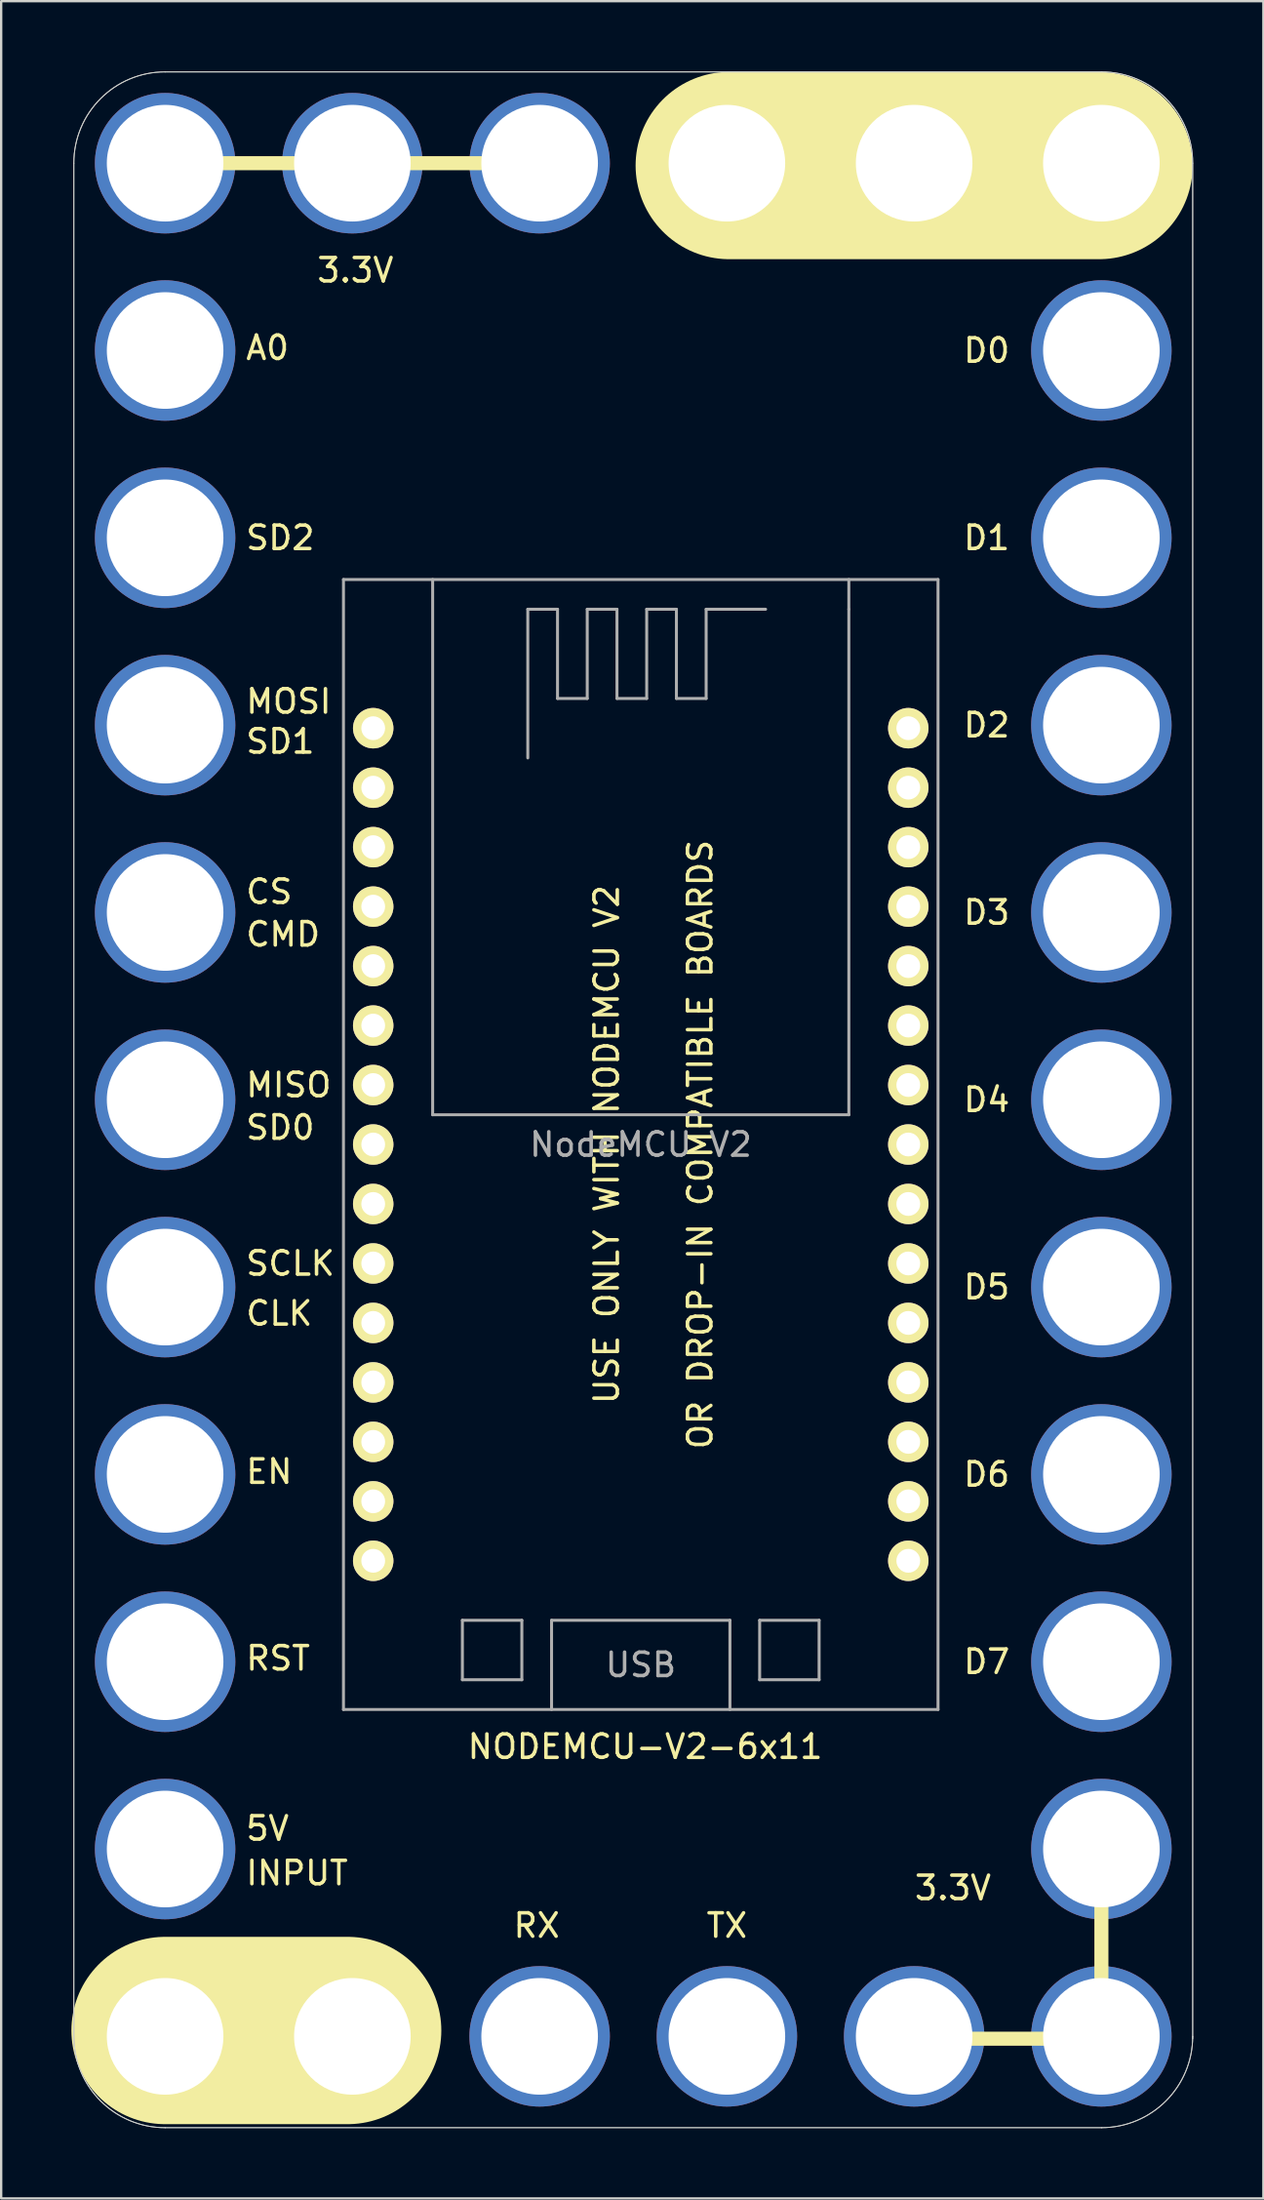
<source format=kicad_pcb>
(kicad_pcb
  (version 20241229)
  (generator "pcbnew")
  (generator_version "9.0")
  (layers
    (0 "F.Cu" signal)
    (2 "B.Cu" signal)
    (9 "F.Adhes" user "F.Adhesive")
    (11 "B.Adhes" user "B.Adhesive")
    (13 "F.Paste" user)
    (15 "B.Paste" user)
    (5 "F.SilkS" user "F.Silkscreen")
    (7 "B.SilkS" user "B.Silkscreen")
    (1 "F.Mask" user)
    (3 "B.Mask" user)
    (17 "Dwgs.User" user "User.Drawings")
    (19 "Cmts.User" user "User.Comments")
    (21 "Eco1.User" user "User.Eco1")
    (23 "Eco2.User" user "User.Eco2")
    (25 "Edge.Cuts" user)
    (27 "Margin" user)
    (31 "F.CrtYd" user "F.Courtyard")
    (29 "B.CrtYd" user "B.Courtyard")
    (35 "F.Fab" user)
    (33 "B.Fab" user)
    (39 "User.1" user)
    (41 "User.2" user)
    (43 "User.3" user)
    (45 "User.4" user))
  (footprint "NODEMCU-V2-6x11"
    (layer "F.Cu")
    (at 4.004 3.92)
    (property "Reference" "NODEMCU-V2-6x11" (at 20.508 67.628 0) (layer "F.SilkS") (effects (font (size 1 1) (thickness 0.15))))
    (attr through_hole)
    (fp_line (start -0.5 0) (end 16.3 0) (stroke (width 0.6) (type solid)) (layer "F.SilkS"))
    (fp_line (start 7.8 79.75) (end -0.004 79.75) (stroke (width 8) (type solid)) (layer "F.SilkS"))
    (fp_line (start 24.1 0.1) (end 39.9 0.1) (stroke (width 8) (type solid)) (layer "F.SilkS"))
    (fp_line (start 32 80.1) (end 39.9 80.1) (stroke (width 0.6) (type solid)) (layer "F.SilkS"))
    (fp_line (start 40 72.2) (end 40 80.1) (stroke (width 0.6) (type solid)) (layer "F.SilkS"))
    (fp_line (start -3.9 0) (end -3.9 80) (stroke (width 0.041) (type solid)) (layer "Edge.Cuts"))
    (fp_line (start 0 83.9) (end 40 83.9) (stroke (width 0.041) (type solid)) (layer "Edge.Cuts"))
    (fp_line (start 40 -3.9) (end 0 -3.9) (stroke (width 0.041) (type solid)) (layer "Edge.Cuts"))
    (fp_line (start 43.9 80.1) (end 43.9 0) (stroke (width 0.041) (type solid)) (layer "Edge.Cuts"))
    (fp_arc (start -3.9 0) (mid -2.757716 -2.757716) (end 0 -3.9) (stroke (width 0.04064) (type solid)) (layer "Edge.Cuts"))
    (fp_arc (start 0 83.9) (mid -2.755309 82.760122) (end -3.899994 80.006807) (stroke (width 0.04064) (type solid)) (layer "Edge.Cuts"))
    (fp_arc (start 40 -3.9) (mid 42.755309 -2.760122) (end 43.899994 -0.006807) (stroke (width 0.04064) (type solid)) (layer "Edge.Cuts"))
    (fp_arc (start 43.9 80) (mid 42.757716 82.757716) (end 40 83.9) (stroke (width 0.04064) (type solid)) (layer "Edge.Cuts"))
    (fp_line (start -3.9 0) (end -3.9 80) (stroke (width 0.041) (type solid)) (layer "F.Fab"))
    (fp_line (start 0 83.9) (end 40 83.9) (stroke (width 0.041) (type solid)) (layer "F.Fab"))
    (fp_line (start 7.62 17.78) (end 7.62 66.04) (stroke (width 0.127) (type solid)) (layer "F.Fab"))
    (fp_line (start 7.62 17.78) (end 33.02 17.78) (stroke (width 0.127) (type solid)) (layer "F.Fab"))
    (fp_line (start 7.62 66.04) (end 33.02 66.04) (stroke (width 0.127) (type solid)) (layer "F.Fab"))
    (fp_line (start 11.43 40.64) (end 11.43 17.78) (stroke (width 0.127) (type solid)) (layer "F.Fab"))
    (fp_line (start 11.43 40.64) (end 29.21 40.64) (stroke (width 0.127) (type solid)) (layer "F.Fab"))
    (fp_line (start 12.7 62.23) (end 12.7 64.77) (stroke (width 0.127) (type solid)) (layer "F.Fab"))
    (fp_line (start 12.7 64.77) (end 15.24 64.77) (stroke (width 0.127) (type solid)) (layer "F.Fab"))
    (fp_line (start 15.24 62.23) (end 12.7 62.23) (stroke (width 0.127) (type solid)) (layer "F.Fab"))
    (fp_line (start 15.24 64.77) (end 15.24 62.23) (stroke (width 0.127) (type solid)) (layer "F.Fab"))
    (fp_line (start 15.494 19.05) (end 16.764 19.05) (stroke (width 0.127) (type solid)) (layer "F.Fab"))
    (fp_line (start 15.494 25.4) (end 15.494 19.05) (stroke (width 0.127) (type solid)) (layer "F.Fab"))
    (fp_line (start 16.51 62.23) (end 24.13 62.23) (stroke (width 0.127) (type solid)) (layer "F.Fab"))
    (fp_line (start 16.51 66.04) (end 16.51 62.23) (stroke (width 0.127) (type solid)) (layer "F.Fab"))
    (fp_line (start 16.764 19.05) (end 16.764 22.86) (stroke (width 0.127) (type solid)) (layer "F.Fab"))
    (fp_line (start 16.764 22.86) (end 18.034 22.86) (stroke (width 0.127) (type solid)) (layer "F.Fab"))
    (fp_line (start 18.034 19.05) (end 19.304 19.05) (stroke (width 0.127) (type solid)) (layer "F.Fab"))
    (fp_line (start 18.034 22.86) (end 18.034 19.05) (stroke (width 0.127) (type solid)) (layer "F.Fab"))
    (fp_line (start 19.304 19.05) (end 19.304 22.86) (stroke (width 0.127) (type solid)) (layer "F.Fab"))
    (fp_line (start 19.304 22.86) (end 20.574 22.86) (stroke (width 0.127) (type solid)) (layer "F.Fab"))
    (fp_line (start 20.574 19.05) (end 21.844 19.05) (stroke (width 0.127) (type solid)) (layer "F.Fab"))
    (fp_line (start 20.574 22.86) (end 20.574 19.05) (stroke (width 0.127) (type solid)) (layer "F.Fab"))
    (fp_line (start 21.844 19.05) (end 21.844 22.86) (stroke (width 0.127) (type solid)) (layer "F.Fab"))
    (fp_line (start 21.844 22.86) (end 23.114 22.86) (stroke (width 0.127) (type solid)) (layer "F.Fab"))
    (fp_line (start 23.114 19.05) (end 24.384 19.05) (stroke (width 0.127) (type solid)) (layer "F.Fab"))
    (fp_line (start 23.114 22.86) (end 23.114 19.05) (stroke (width 0.127) (type solid)) (layer "F.Fab"))
    (fp_line (start 24.13 62.23) (end 24.13 66.04) (stroke (width 0.127) (type solid)) (layer "F.Fab"))
    (fp_line (start 24.384 19.05) (end 25.654 19.05) (stroke (width 0.127) (type solid)) (layer "F.Fab"))
    (fp_line (start 25.4 62.23) (end 25.4 64.77) (stroke (width 0.127) (type solid)) (layer "F.Fab"))
    (fp_line (start 25.4 64.77) (end 27.94 64.77) (stroke (width 0.127) (type solid)) (layer "F.Fab"))
    (fp_line (start 27.94 62.23) (end 25.4 62.23) (stroke (width 0.127) (type solid)) (layer "F.Fab"))
    (fp_line (start 27.94 64.77) (end 27.94 62.23) (stroke (width 0.127) (type solid)) (layer "F.Fab"))
    (fp_line (start 29.21 19.05) (end 29.21 17.78) (stroke (width 0.127) (type solid)) (layer "F.Fab"))
    (fp_line (start 29.21 40.64) (end 29.21 19.05) (stroke (width 0.127) (type solid)) (layer "F.Fab"))
    (fp_line (start 33.02 17.78) (end 33.02 66.04) (stroke (width 0.127) (type solid)) (layer "F.Fab"))
    (fp_line (start 40 -3.9) (end 0 -3.9) (stroke (width 0.041) (type solid)) (layer "F.Fab"))
    (fp_line (start 43.9 80) (end 43.9 0) (stroke (width 0.041) (type solid)) (layer "F.Fab"))
    (fp_arc (start -3.9 0) (mid -2.757716 -2.757716) (end 0 -3.9) (stroke (width 0.04064) (type solid)) (layer "F.Fab"))
    (fp_arc (start 0 83.9) (mid -2.755309 82.760122) (end -3.899994 80.006807) (stroke (width 0.04064) (type solid)) (layer "F.Fab"))
    (fp_arc (start 40 -3.9) (mid 42.755309 -2.760122) (end 43.899994 -0.006807) (stroke (width 0.04064) (type solid)) (layer "F.Fab"))
    (fp_arc (start 43.9 80) (mid 42.757716 82.757716) (end 40 83.9) (stroke (width 0.04064) (type solid)) (layer "F.Fab"))
    (fp_text user "SCLK" (at 5.35 46.99 0) (layer "F.SilkS") (effects (font (size 1 1) (thickness 0.15))))
    (fp_text user "RX" (at 15.871 75.267 0) (layer "F.SilkS") (effects (font (size 1 1) (thickness 0.15))))
    (fp_text user "RST" (at 4.826 63.854 0) (layer "F.SilkS") (effects (font (size 1 1) (thickness 0.15))))
    (fp_text user "CMD" (at 5.04 32.934 0) (layer "F.SilkS") (effects (font (size 1 1) (thickness 0.15))))
    (fp_text user "D0" (at 35.098 8 0) (layer "F.SilkS") (effects (font (size 1 1) (thickness 0.15))))
    (fp_text user "D4" (at 35.098 40 0) (layer "F.SilkS") (effects (font (size 1 1) (thickness 0.15))))
    (fp_text user "3.3V" (at 8.128 4.572 180) (layer "F.SilkS") (effects (font (size 1 1) (thickness 0.15))))
    (fp_text user "EN" (at 4.445 55.88 0) (layer "F.SilkS") (effects (font (size 1 1) (thickness 0.15))))
    (fp_text user "D7" (at 35.098 64 0) (layer "F.SilkS") (effects (font (size 1 1) (thickness 0.15))))
    (fp_text user "OR DROP-IN COMPATIBLE BOARDS" (at 22.86 41.91 270) (layer "F.SilkS") (effects (font (size 1 1) (thickness 0.15))))
    (fp_text user "D1" (at 35.098 16 0) (layer "F.SilkS") (effects (font (size 1 1) (thickness 0.15))))
    (fp_text user "D2" (at 35.098 24 0) (layer "F.SilkS") (effects (font (size 1 1) (thickness 0.15))))
    (fp_text user "SD2" (at 4.921 16 0) (layer "F.SilkS") (effects (font (size 1 1) (thickness 0.15))))
    (fp_text user "CS" (at 4.445 31.115 0) (layer "F.SilkS") (effects (font (size 1 1) (thickness 0.15))))
    (fp_text user "MOSI" (at 5.278 22.987 0) (layer "F.SilkS") (effects (font (size 1 1) (thickness 0.15))))
    (fp_text user "USE ONLY WITH NODEMCU V2" (at 18.863 41.91 90) (layer "F.SilkS") (effects (font (size 1 1) (thickness 0.15))))
    (fp_text user "SD1" (at 4.921 24.696 0) (layer "F.SilkS") (effects (font (size 1 1) (thickness 0.15))))
    (fp_text user "D3" (at 35.098 32 0) (layer "F.SilkS") (effects (font (size 1 1) (thickness 0.15))))
    (fp_text user "TX" (at 23.999 75.267 0) (layer "F.SilkS") (effects (font (size 1 1) (thickness 0.15))))
    (fp_text user "CLK" (at 4.874 49.124 0) (layer "F.SilkS") (effects (font (size 1 1) (thickness 0.15))))
    (fp_text user "A0" (at 4.374 7.884 0) (layer "F.SilkS") (effects (font (size 1 1) (thickness 0.15))))
    (fp_text user "5V" (at 4.374 71.12 0) (layer "F.SilkS") (effects (font (size 1 1) (thickness 0.15))))
    (fp_text user "3.3V" (at 33.655 73.66 0) (layer "F.SilkS") (effects (font (size 1 1) (thickness 0.15))))
    (fp_text user "D5" (at 35.098 48 0) (layer "F.SilkS") (effects (font (size 1 1) (thickness 0.15))))
    (fp_text user "SD0" (at 4.921 41.184 0) (layer "F.SilkS") (effects (font (size 1 1) (thickness 0.15))))
    (fp_text user "MISO" (at 5.278 39.37 0) (layer "F.SilkS") (effects (font (size 1 1) (thickness 0.15))))
    (fp_text user "INPUT" (at 5.635 73.025 0) (layer "F.SilkS") (effects (font (size 1 1) (thickness 0.15))))
    (fp_text user "D6" (at 35.098 56 0) (layer "F.SilkS") (effects (font (size 1 1) (thickness 0.15))))
    (fp_text user "USB" (at 20.32 64.135 0) (layer "F.Fab") (effects (font (size 1 1) (thickness 0.15))))
    (fp_text user "NodeMCU V2" (at 20.32 41.91 0) (layer "F.Fab") (effects (font (size 1 1) (thickness 0.15))))
    (pad "3V3" thru_hole circle (at 0 0 270) (size 6 6) (drill 4.98) (layers "*.Cu" "*.Mask"))
    (pad "3V3" thru_hole circle (at 8 0 270) (size 6 6) (drill 4.98) (layers "*.Cu" "*.Mask"))
    (pad "3V3" thru_hole circle (at 8.89 49.53 180) (size 1.727 1.727) (drill 1.016) (layers "*.Cu" "*.Mask" "F.SilkS"))
    (pad "3V3" thru_hole circle (at 16 0 270) (size 6 6) (drill 4.98) (layers "*.Cu" "*.Mask"))
    (pad "3V3" thru_hole circle (at 31.75 36.83 180) (size 1.727 1.727) (drill 1.016) (layers "*.Cu" "*.Mask" "F.SilkS"))
    (pad "3V3" thru_hole circle (at 31.75 59.69 180) (size 1.727 1.727) (drill 1.016) (layers "*.Cu" "*.Mask" "F.SilkS"))
    (pad "3V3" thru_hole circle (at 32 80 270) (size 6 6) (drill 4.98) (layers "*.Cu" "*.Mask"))
    (pad "3V3" thru_hole circle (at 39.999 80 270) (size 6 6) (drill 4.98) (layers "*.Cu" "*.Mask"))
    (pad "3V3" thru_hole circle (at 40 72 270) (size 6 6) (drill 4.98) (layers "*.Cu" "*.Mask"))
    (pad "A0" thru_hole circle (at 0 8 270) (size 6 6) (drill 4.98) (layers "*.Cu" "*.Mask"))
    (pad "A0" thru_hole circle (at 8.89 24.13 180) (size 1.727 1.727) (drill 1.016) (layers "*.Cu" "*.Mask" "F.SilkS"))
    (pad "CLK" thru_hole circle (at 0 48 270) (size 6 6) (drill 4.98) (layers "*.Cu" "*.Mask"))
    (pad "CLK" thru_hole circle (at 8.89 44.45 180) (size 1.727 1.727) (drill 1.016) (layers "*.Cu" "*.Mask" "F.SilkS"))
    (pad "CMD" thru_hole circle (at 0 32 270) (size 6 6) (drill 4.98) (layers "*.Cu" "*.Mask"))
    (pad "CMD" thru_hole circle (at 8.89 39.37 180) (size 1.727 1.727) (drill 1.016) (layers "*.Cu" "*.Mask" "F.SilkS"))
    (pad "D0" thru_hole circle (at 31.75 24.13 180) (size 1.727 1.727) (drill 1.016) (layers "*.Cu" "*.Mask" "F.SilkS"))
    (pad "D0" thru_hole circle (at 39.999 8 270) (size 6 6) (drill 4.98) (layers "*.Cu" "*.Mask"))
    (pad "D1" thru_hole circle (at 31.75 26.67 180) (size 1.727 1.727) (drill 1.016) (layers "*.Cu" "*.Mask" "F.SilkS"))
    (pad "D1" thru_hole circle (at 39.999 16 270) (size 6 6) (drill 4.98) (layers "*.Cu" "*.Mask"))
    (pad "D2" thru_hole circle (at 31.75 29.21 180) (size 1.727 1.727) (drill 1.016) (layers "*.Cu" "*.Mask" "F.SilkS"))
    (pad "D2" thru_hole circle (at 39.999 24 270) (size 6 6) (drill 4.98) (layers "*.Cu" "*.Mask"))
    (pad "D3" thru_hole circle (at 31.75 31.75 180) (size 1.727 1.727) (drill 1.016) (layers "*.Cu" "*.Mask" "F.SilkS"))
    (pad "D3" thru_hole circle (at 39.999 32 270) (size 6 6) (drill 4.98) (layers "*.Cu" "*.Mask"))
    (pad "D4" thru_hole circle (at 31.75 34.29 180) (size 1.727 1.727) (drill 1.016) (layers "*.Cu" "*.Mask" "F.SilkS"))
    (pad "D4" thru_hole circle (at 40 40 270) (size 6 6) (drill 4.98) (layers "*.Cu" "*.Mask"))
    (pad "D5" thru_hole circle (at 31.75 41.91 180) (size 1.727 1.727) (drill 1.016) (layers "*.Cu" "*.Mask" "F.SilkS"))
    (pad "D5" thru_hole circle (at 39.999 48 270) (size 6 6) (drill 4.98) (layers "*.Cu" "*.Mask"))
    (pad "D6" thru_hole circle (at 31.75 44.45 180) (size 1.727 1.727) (drill 1.016) (layers "*.Cu" "*.Mask" "F.SilkS"))
    (pad "D6" thru_hole circle (at 40 56 270) (size 6 6) (drill 4.98) (layers "*.Cu" "*.Mask"))
    (pad "D7" thru_hole circle (at 31.75 46.99 180) (size 1.727 1.727) (drill 1.016) (layers "*.Cu" "*.Mask" "F.SilkS"))
    (pad "D7" thru_hole circle (at 40 64 270) (size 6 6) (drill 4.98) (layers "*.Cu" "*.Mask"))
    (pad "D8" thru_hole circle (at 31.75 49.53 180) (size 1.727 1.727) (drill 1.016) (layers "*.Cu" "*.Mask" "F.SilkS"))
    (pad "EN" thru_hole circle (at 0 56 270) (size 6 6) (drill 4.98) (layers "*.Cu" "*.Mask"))
    (pad "EN" thru_hole circle (at 8.89 52.07 180) (size 1.727 1.727) (drill 1.016) (layers "*.Cu" "*.Mask" "F.SilkS"))
    (pad "GND" thru_hole circle (at 0 80 270) (size 6 6) (drill 4.98) (layers "*.Cu" "*.Mask"))
    (pad "GND" thru_hole circle (at 8 80 270) (size 6 6) (drill 4.98) (layers "*.Cu" "*.Mask"))
    (pad "GND" thru_hole circle (at 8.89 46.99 180) (size 1.727 1.727) (drill 1.016) (layers "*.Cu" "*.Mask" "F.SilkS"))
    (pad "GND" thru_hole circle (at 8.89 57.15 180) (size 1.727 1.727) (drill 1.016) (layers "*.Cu" "*.Mask" "F.SilkS"))
    (pad "GND" thru_hole circle (at 24 0 270) (size 6 6) (drill 4.98) (layers "*.Cu" "*.Mask"))
    (pad "GND" thru_hole circle (at 31.75 39.37 180) (size 1.727 1.727) (drill 1.016) (layers "*.Cu" "*.Mask" "F.SilkS"))
    (pad "GND" thru_hole circle (at 31.75 57.15 180) (size 1.727 1.727) (drill 1.016) (layers "*.Cu" "*.Mask" "F.SilkS"))
    (pad "GND" thru_hole circle (at 32 0 270) (size 6 6) (drill 4.98) (layers "*.Cu" "*.Mask"))
    (pad "GND" thru_hole circle (at 39.999 0 270) (size 6 6) (drill 4.98) (layers "*.Cu" "*.Mask"))
    (pad "RST" thru_hole circle (at 0 64 270) (size 6 6) (drill 4.98) (layers "*.Cu" "*.Mask"))
    (pad "RST" thru_hole circle (at 8.89 54.61 180) (size 1.727 1.727) (drill 1.016) (layers "*.Cu" "*.Mask" "F.SilkS"))
    (pad "RSV" thru_hole circle (at 8.89 26.67 180) (size 1.727 1.727) (drill 1.016) (layers "*.Cu" "*.Mask" "F.SilkS"))
    (pad "RSV" thru_hole circle (at 8.89 29.21 180) (size 1.727 1.727) (drill 1.016) (layers "*.Cu" "*.Mask" "F.SilkS"))
    (pad "RX" thru_hole circle (at 16 80 270) (size 6 6) (drill 4.98) (layers "*.Cu" "*.Mask"))
    (pad "RX" thru_hole circle (at 31.75 52.07 180) (size 1.727 1.727) (drill 1.016) (layers "*.Cu" "*.Mask" "F.SilkS"))
    (pad "SD0" thru_hole circle (at 0 40 270) (size 6 6) (drill 4.98) (layers "*.Cu" "*.Mask"))
    (pad "SD0" thru_hole circle (at 8.89 41.91 180) (size 1.727 1.727) (drill 1.016) (layers "*.Cu" "*.Mask" "F.SilkS"))
    (pad "SD1" thru_hole circle (at 0 24 270) (size 6 6) (drill 4.98) (layers "*.Cu" "*.Mask"))
    (pad "SD1" thru_hole circle (at 8.89 36.83 180) (size 1.727 1.727) (drill 1.016) (layers "*.Cu" "*.Mask" "F.SilkS"))
    (pad "SD2" thru_hole circle (at 0 16 270) (size 6 6) (drill 4.98) (layers "*.Cu" "*.Mask"))
    (pad "SD2" thru_hole circle (at 8.89 34.29 180) (size 1.727 1.727) (drill 1.016) (layers "*.Cu" "*.Mask" "F.SilkS"))
    (pad "SD3" thru_hole circle (at 8.89 31.75 180) (size 1.727 1.727) (drill 1.016) (layers "*.Cu" "*.Mask" "F.SilkS"))
    (pad "TX" thru_hole circle (at 24 80 270) (size 6 6) (drill 4.98) (layers "*.Cu" "*.Mask"))
    (pad "TX" thru_hole circle (at 31.75 54.61 180) (size 1.727 1.727) (drill 1.016) (layers "*.Cu" "*.Mask" "F.SilkS"))
    (pad "VIN" thru_hole circle (at 0 72 270) (size 6 6) (drill 4.98) (layers "*.Cu" "*.Mask"))
    (pad "VIN" thru_hole circle (at 8.89 59.69 180) (size 1.727 1.727) (drill 1.016) (layers "*.Cu" "*.Mask" "F.SilkS")))
  (gr_rect
    (start -3 -3)
    (end 50.924 90.841)
    (stroke (width 0.1) (type default))
    (fill no)
    (layer "Edge.Cuts")))
</source>
